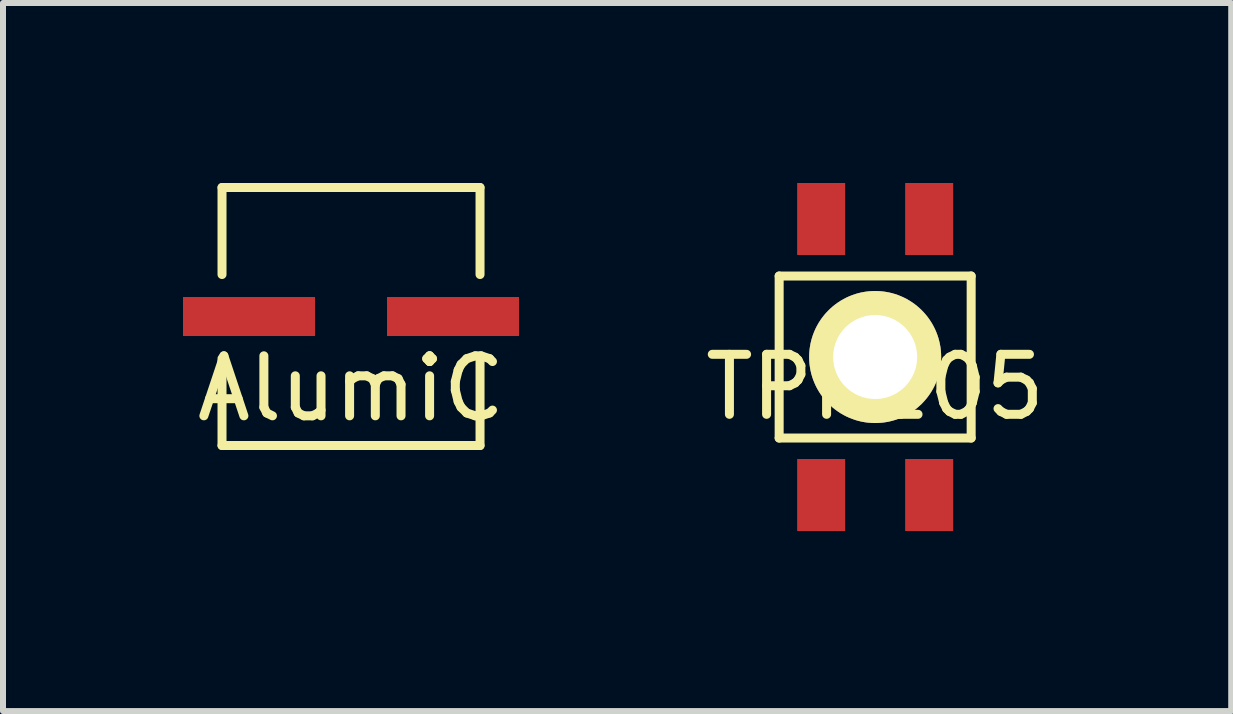
<source format=kicad_pcb>
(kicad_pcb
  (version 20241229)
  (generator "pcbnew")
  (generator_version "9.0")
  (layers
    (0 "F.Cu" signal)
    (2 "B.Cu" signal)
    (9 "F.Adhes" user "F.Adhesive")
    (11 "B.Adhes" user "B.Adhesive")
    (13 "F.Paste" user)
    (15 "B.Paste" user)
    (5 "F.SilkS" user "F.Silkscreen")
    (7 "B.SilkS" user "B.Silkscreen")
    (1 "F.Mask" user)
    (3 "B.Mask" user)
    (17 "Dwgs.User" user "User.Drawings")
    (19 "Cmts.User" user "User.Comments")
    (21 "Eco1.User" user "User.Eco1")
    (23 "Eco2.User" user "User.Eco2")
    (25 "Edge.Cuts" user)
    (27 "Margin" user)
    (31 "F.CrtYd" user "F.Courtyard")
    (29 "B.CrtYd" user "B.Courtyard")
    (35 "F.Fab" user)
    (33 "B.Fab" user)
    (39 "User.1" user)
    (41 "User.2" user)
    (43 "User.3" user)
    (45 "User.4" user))
  (footprint "TPR105"
    (layer "F.Cu")
    (at 11.535 2.9)
    (property "Reference" "TPR105" (at 0 0.5 0) (layer "F.SilkS") (effects (font (size 1 1) (thickness 0.15))))
    (attr through_hole)
    (fp_line (start -1.6 -1.35) (end -1.6 1.35) (stroke (width 0.15) (type solid)) (layer "F.SilkS"))
    (fp_line (start -1.6 -1.35) (end 1.6 -1.35) (stroke (width 0.15) (type solid)) (layer "F.SilkS"))
    (fp_line (start -1.6 1.35) (end 1.6 1.35) (stroke (width 0.15) (type solid)) (layer "F.SilkS"))
    (fp_line (start 1.6 -1.35) (end 1.6 1.35) (stroke (width 0.15) (type solid)) (layer "F.SilkS"))
    (pad "" thru_hole circle (at 0 0) (size 2.2 2.2) (drill 1.4) (layers "*.Cu" "*.Mask" "F.SilkS"))
    (pad "1" smd rect (at -0.9 -2.3) (size 0.8 1.2) (layers "F.Cu" "F.Mask" "F.Paste"))
    (pad "2" smd rect (at -0.9 2.3) (size 0.8 1.2) (layers "F.Cu" "F.Mask" "F.Paste"))
    (pad "3" smd rect (at 0.9 -2.3) (size 0.8 1.2) (layers "F.Cu" "F.Mask" "F.Paste"))
    (pad "4" smd rect (at 0.9 2.3) (size 0.8 1.2) (layers "F.Cu" "F.Mask" "F.Paste")))
  (footprint "AlumiC"
    (layer "F.Cu")
    (at 2.8 2.225)
    (property "Reference" "AlumiC" (at 0 1.2 0) (layer "F.SilkS") (effects (font (size 1 1) (thickness 0.15))))
    (attr through_hole)
    (fp_line (start -2.15 -2.15) (end -2.15 -0.7) (stroke (width 0.15) (type solid)) (layer "F.SilkS"))
    (fp_line (start -2.15 -2.15) (end 2.15 -2.15) (stroke (width 0.15) (type solid)) (layer "F.SilkS"))
    (fp_line (start -2.15 0.7) (end -2.15 2.15) (stroke (width 0.15) (type solid)) (layer "F.SilkS"))
    (fp_line (start -2.15 2.15) (end 2.15 2.15) (stroke (width 0.15) (type solid)) (layer "F.SilkS"))
    (fp_line (start 2.15 -2.15) (end 2.15 -0.7) (stroke (width 0.15) (type solid)) (layer "F.SilkS"))
    (fp_line (start 2.15 0.7) (end 2.15 2.15) (stroke (width 0.15) (type solid)) (layer "F.SilkS"))
    (pad "1" smd rect (at -1.7 0) (size 2.2 0.65) (layers "F.Cu" "F.Mask" "F.Paste"))
    (pad "2" smd rect (at 1.7 0) (size 2.2 0.65) (layers "F.Cu" "F.Mask" "F.Paste")))
  (gr_rect
    (start -3 -3)
    (end 17.469 8.8)
    (stroke (width 0.1) (type default))
    (fill no)
    (layer "Edge.Cuts")))
</source>
